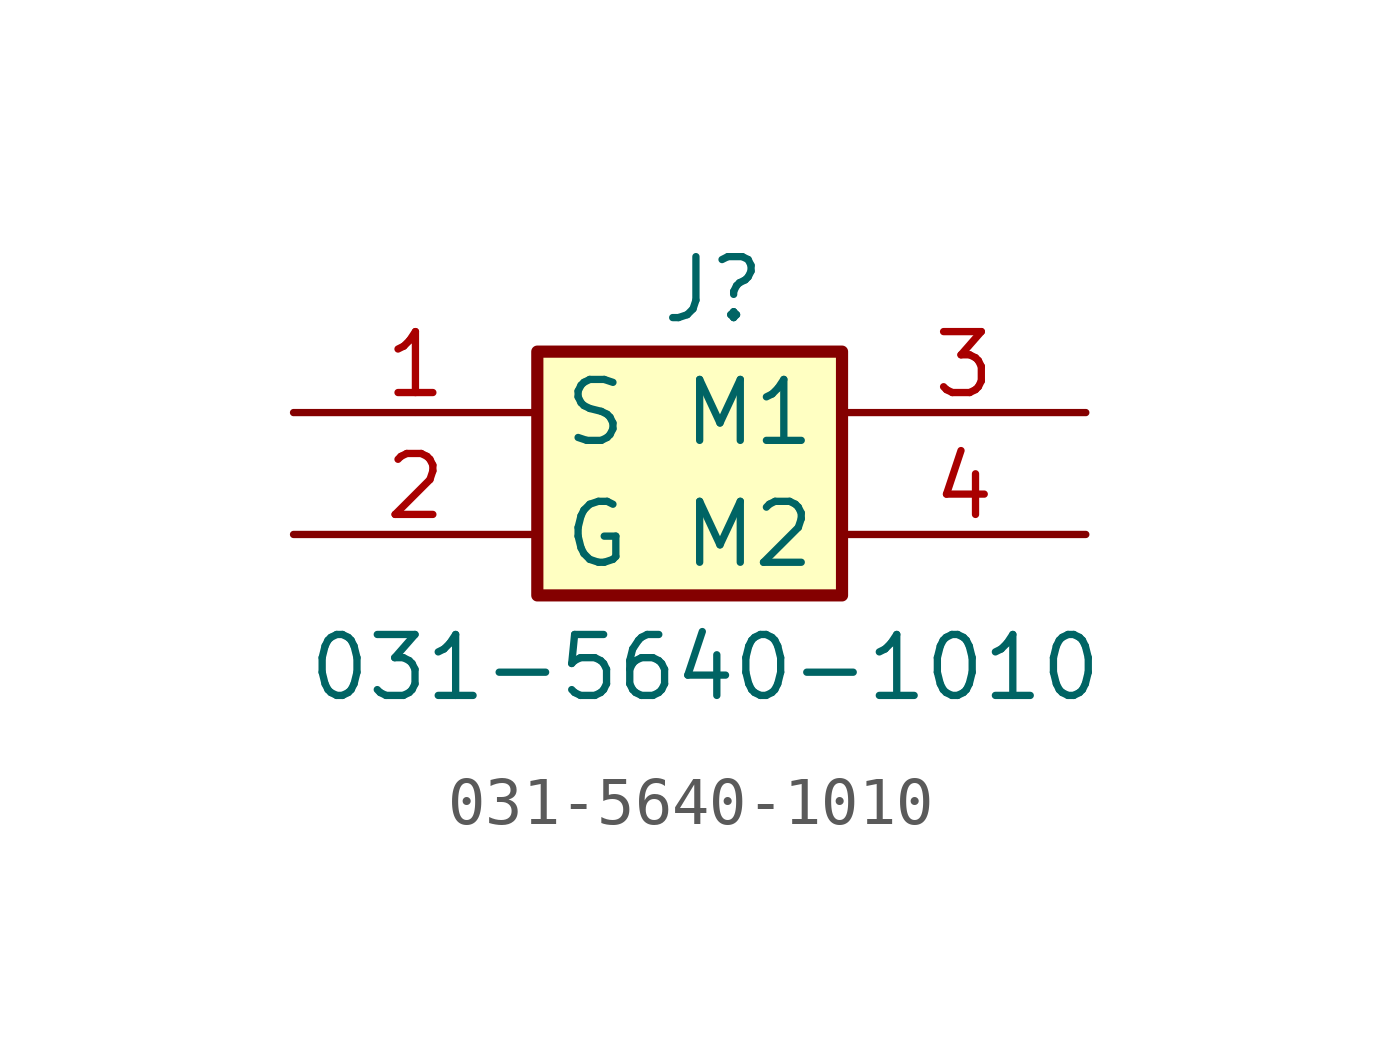
<source format=kicad_sym>
(kicad_symbol_lib
  (version 20231120)
  (generator "kicad_symbol_editor")
  (generator_version "8.0")
  (symbol "031-5640-1010"
    (property "Reference" "J"
      (at 2.54 7.112 0)
      (effects (font (size 1.27 1.27)) (justify left top)))
    (property "Value" "031-5640-1010"
      (at -4.826 -0.762 0)
      (effects (font (size 1.27 1.27)) (justify left top)))
    (symbol "031-5640-1010_1_1"
      (rectangle (start 0 5.08) (end 6.35 0) (stroke (width 0.254) (type default)) (fill (type background)))
      (pin passive line (at -5.08 3.81 0) (length 5.08) (name "S" (effects (font (size 1.27 1.27)))) (number "1" (effects (font (size 1.27 1.27)))))
      (pin passive line (at -5.08 1.27 0) (length 5.08) (name "G" (effects (font (size 1.27 1.27)))) (number "2" (effects (font (size 1.27 1.27)))))
      (pin passive line (at 11.43 3.81 180) (length 5.08) (name "M1" (effects (font (size 1.27 1.27)))) (number "3" (effects (font (size 1.27 1.27)))))
      (pin passive line (at 11.43 1.27 180) (length 5.08) (name "M2" (effects (font (size 1.27 1.27)))) (number "4" (effects (font (size 1.27 1.27))))))))
</source>
